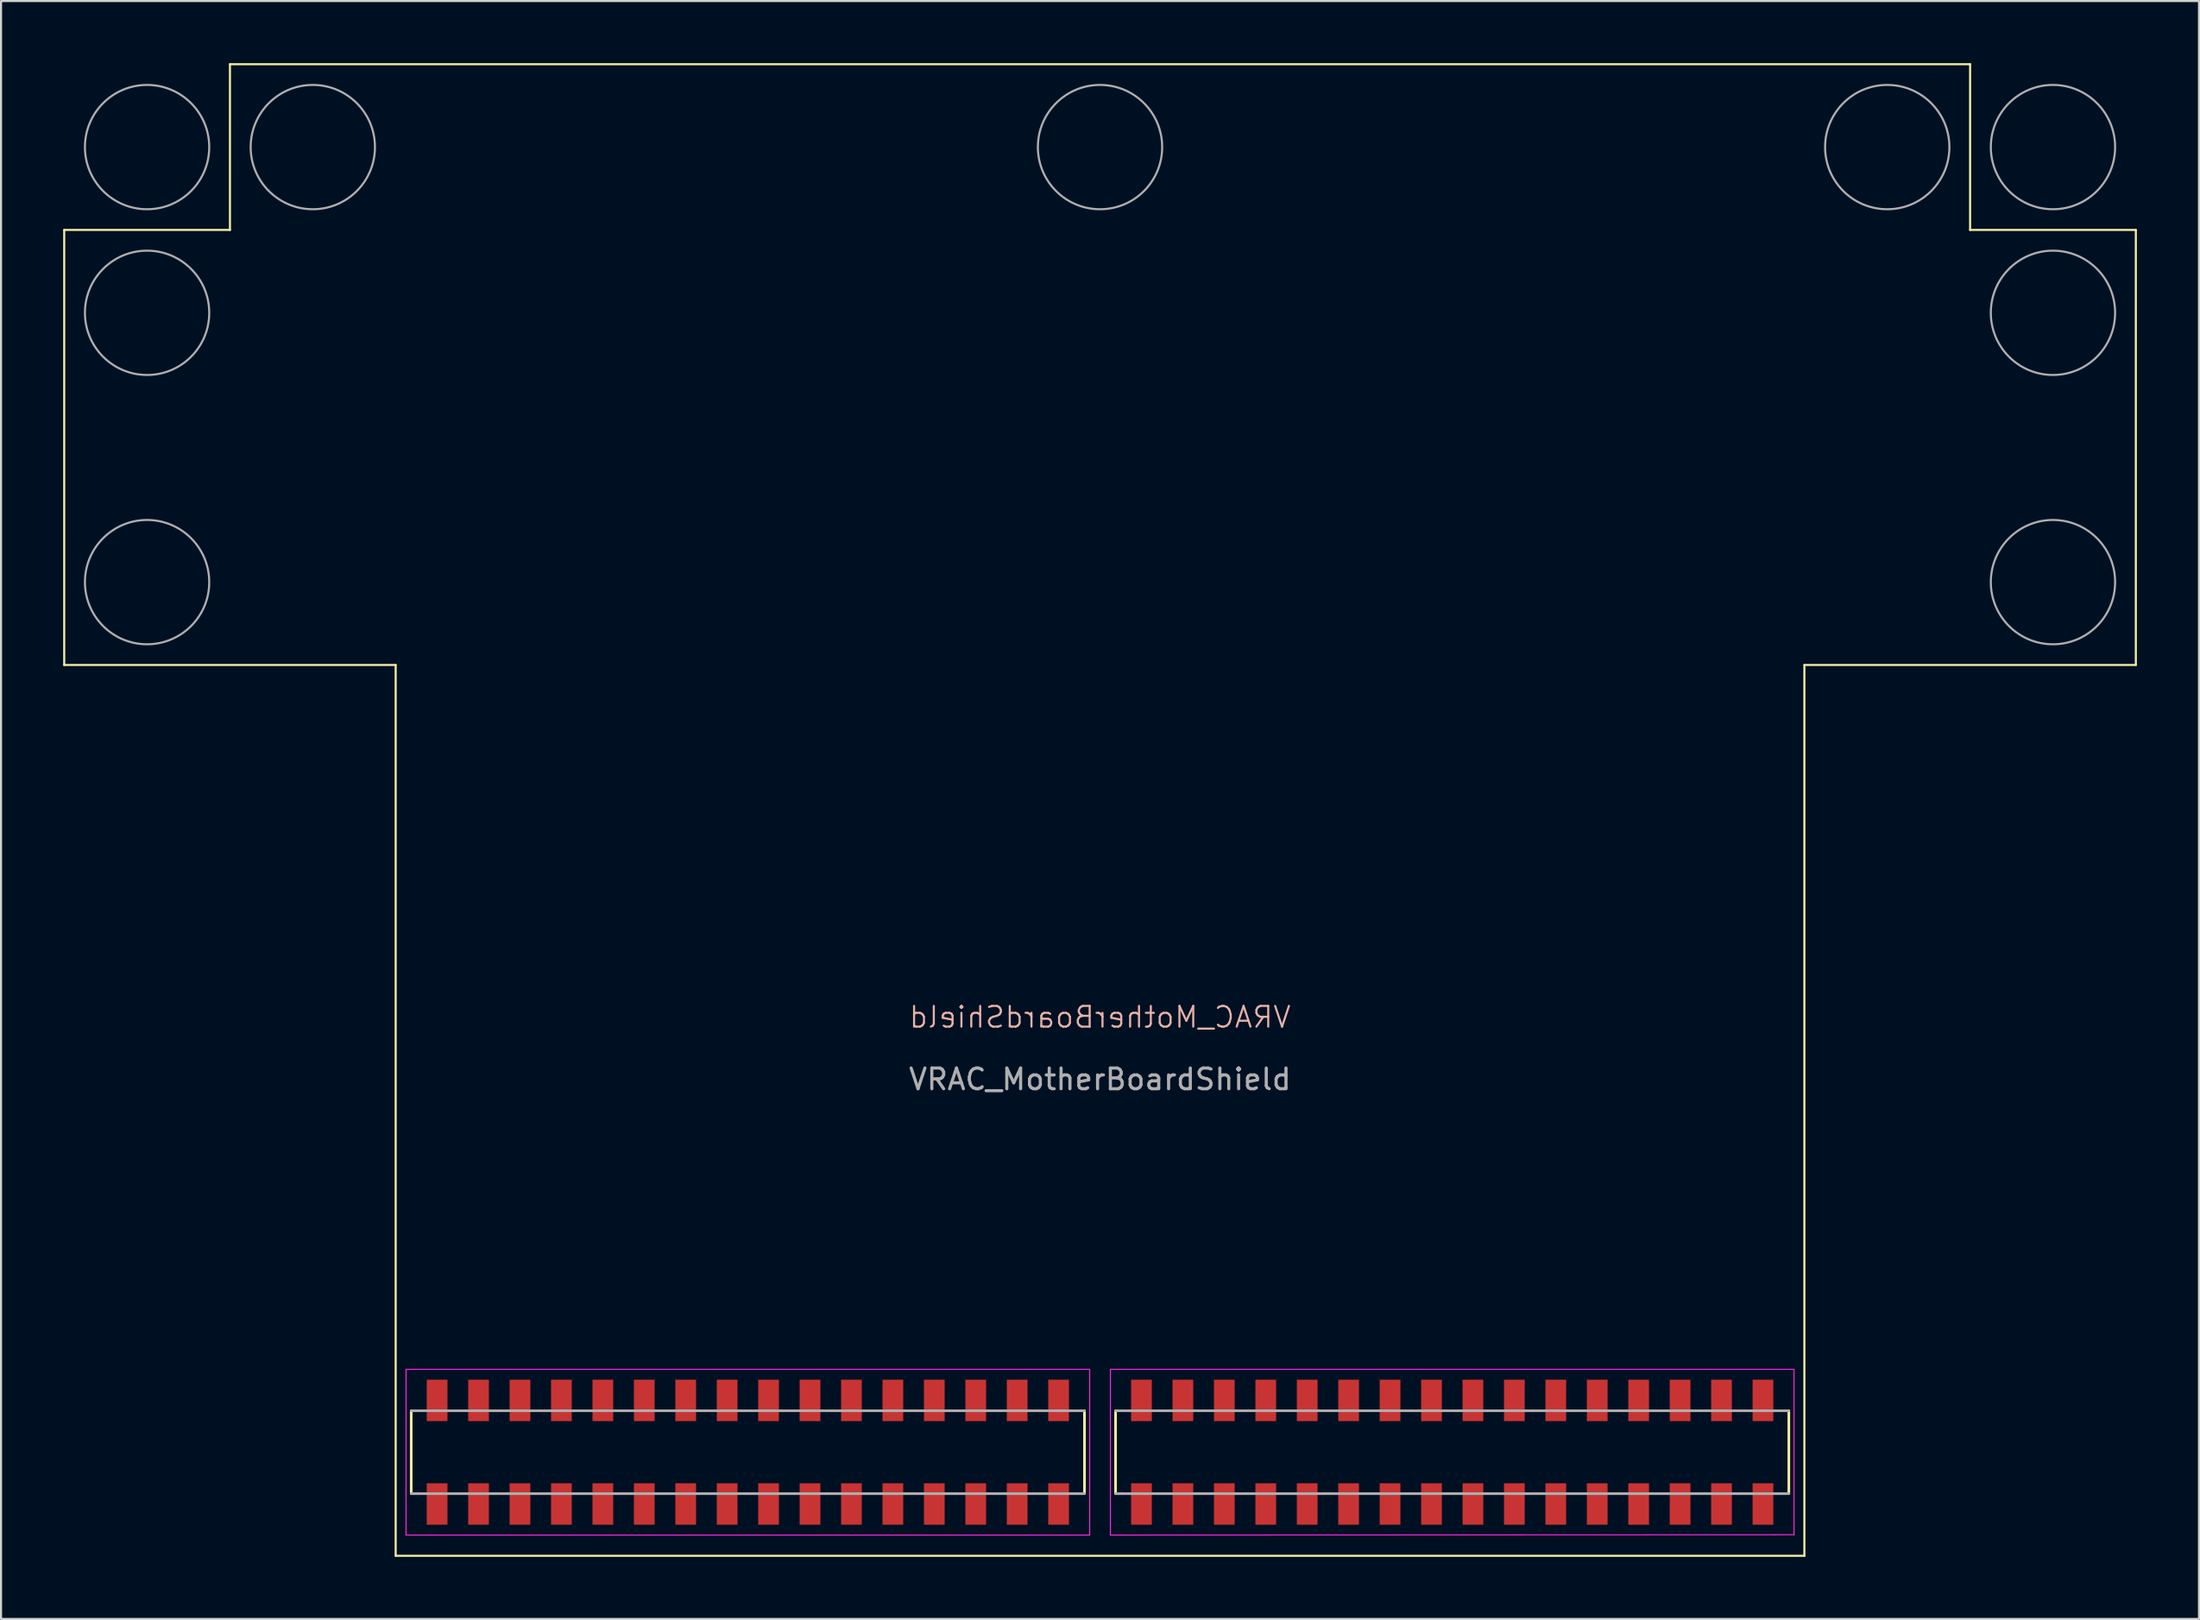
<source format=kicad_pcb>
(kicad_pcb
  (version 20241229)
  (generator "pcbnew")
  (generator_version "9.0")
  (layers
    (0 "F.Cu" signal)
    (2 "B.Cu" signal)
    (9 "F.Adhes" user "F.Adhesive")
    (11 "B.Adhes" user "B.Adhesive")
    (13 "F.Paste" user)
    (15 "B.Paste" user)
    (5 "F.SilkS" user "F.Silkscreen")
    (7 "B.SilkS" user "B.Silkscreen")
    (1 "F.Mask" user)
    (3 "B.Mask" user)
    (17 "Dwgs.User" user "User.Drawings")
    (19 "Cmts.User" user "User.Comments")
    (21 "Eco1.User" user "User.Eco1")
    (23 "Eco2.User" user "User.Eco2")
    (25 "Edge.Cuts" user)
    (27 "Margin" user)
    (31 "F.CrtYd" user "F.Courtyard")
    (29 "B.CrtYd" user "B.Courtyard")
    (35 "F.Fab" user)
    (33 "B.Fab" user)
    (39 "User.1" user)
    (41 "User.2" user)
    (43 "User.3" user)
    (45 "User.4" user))
  (footprint "VRAC_MotherBoardShield"
    (layer "F.Cu")
    (at 50.05 67.05)
    (property "Reference" "VRAC_MotherBoardShield" (at 0 -21 0) (unlocked yes) (layer "B.SilkS") (effects (font (size 1 1) (thickness 0.1)) (justify mirror)))
    (attr smd)
    (fp_line (start -50 -59) (end -42 -59) (stroke (width 0.1) (type default)) (layer "F.SilkS"))
    (fp_line (start -50 -38) (end -50 -59) (stroke (width 0.1) (type default)) (layer "F.SilkS"))
    (fp_line (start -42 -59) (end -42 -67) (stroke (width 0.1) (type default)) (layer "F.SilkS"))
    (fp_line (start -34 -38) (end -50 -38) (stroke (width 0.1) (type default)) (layer "F.SilkS"))
    (fp_line (start -34 -38) (end -34 5) (stroke (width 0.1) (type default)) (layer "F.SilkS"))
    (fp_line (start -34 5) (end 34 5) (stroke (width 0.1) (type default)) (layer "F.SilkS"))
    (fp_line (start -33.25 -2) (end -33.25 2) (stroke (width 0.127) (type solid)) (layer "F.SilkS"))
    (fp_line (start -0.75 2) (end -0.75 -2) (stroke (width 0.127) (type solid)) (layer "F.SilkS"))
    (fp_line (start 0.75 -2) (end 0.75 2) (stroke (width 0.127) (type solid)) (layer "F.SilkS"))
    (fp_line (start 33.25 2) (end 33.25 -2) (stroke (width 0.127) (type solid)) (layer "F.SilkS"))
    (fp_line (start 34 5) (end 34 -38) (stroke (width 0.1) (type default)) (layer "F.SilkS"))
    (fp_line (start 42 -67) (end -42 -67) (stroke (width 0.1) (type default)) (layer "F.SilkS"))
    (fp_line (start 42 -59) (end 42 -67) (stroke (width 0.1) (type default)) (layer "F.SilkS"))
    (fp_line (start 42 -59) (end 50 -59) (stroke (width 0.1) (type default)) (layer "F.SilkS"))
    (fp_line (start 50 -38) (end 34 -38) (stroke (width 0.1) (type default)) (layer "F.SilkS"))
    (fp_line (start 50 -38) (end 50 -59) (stroke (width 0.1) (type default)) (layer "F.SilkS"))
    (fp_line (start -33.5 -4) (end -0.5 -4) (stroke (width 0.05) (type solid)) (layer "F.CrtYd"))
    (fp_line (start -33.5 4) (end -33.5 -4) (stroke (width 0.05) (type solid)) (layer "F.CrtYd"))
    (fp_line (start -0.5 -4) (end -0.5 4) (stroke (width 0.05) (type solid)) (layer "F.CrtYd"))
    (fp_line (start -0.5 4) (end -33.5 4) (stroke (width 0.05) (type solid)) (layer "F.CrtYd"))
    (fp_line (start 0.5 -4) (end 33.5 -4) (stroke (width 0.05) (type solid)) (layer "F.CrtYd"))
    (fp_line (start 0.5 4) (end 0.5 -4) (stroke (width 0.05) (type solid)) (layer "F.CrtYd"))
    (fp_line (start 33.5 -4) (end 33.5 3.985) (stroke (width 0.05) (type solid)) (layer "F.CrtYd"))
    (fp_line (start 33.5 3.985) (end 0.5 4) (stroke (width 0.05) (type solid)) (layer "F.CrtYd"))
    (fp_line (start -33.25 2) (end -0.75 2) (stroke (width 0.127) (type solid)) (layer "F.Fab"))
    (fp_line (start -0.75 -2) (end -33.25 -2) (stroke (width 0.127) (type solid)) (layer "F.Fab"))
    (fp_line (start 0.75 2) (end 33.25 2) (stroke (width 0.127) (type solid)) (layer "F.Fab"))
    (fp_line (start 33.25 -2) (end 0.75 -2) (stroke (width 0.127) (type solid)) (layer "F.Fab"))
    (fp_circle (center -46 -63) (end -43 -63) (stroke (width 0.1) (type default)) (fill no) (layer "F.Fab"))
    (fp_circle (center -46 -55) (end -43 -55) (stroke (width 0.1) (type default)) (fill no) (layer "F.Fab"))
    (fp_circle (center -46 -42) (end -43 -42) (stroke (width 0.1) (type default)) (fill no) (layer "F.Fab"))
    (fp_circle (center -38 -63) (end -35 -63) (stroke (width 0.1) (type default)) (fill no) (layer "F.Fab"))
    (fp_circle (center 0 -63) (end 3 -63) (stroke (width 0.1) (type default)) (fill no) (layer "F.Fab"))
    (fp_circle (center 38 -63) (end 41 -63) (stroke (width 0.1) (type default)) (fill no) (layer "F.Fab"))
    (fp_circle (center 46 -63) (end 49 -63) (stroke (width 0.1) (type default)) (fill no) (layer "F.Fab"))
    (fp_circle (center 46 -55) (end 49 -55) (stroke (width 0.1) (type default)) (fill no) (layer "F.Fab"))
    (fp_circle (center 46 -42) (end 49 -42) (stroke (width 0.1) (type default)) (fill no) (layer "F.Fab"))
    (fp_text user "${REFERENCE}" (at 0 -18 0) (unlocked yes) (layer "F.Fab") (effects (font (size 1 1) (thickness 0.15))))
    (pad "1" smd rect (at -32 2.5) (size 1 2) (layers "F.Cu" "F.Mask" "F.Paste"))
    (pad "2" smd rect (at -32 -2.5) (size 1 2) (layers "F.Cu" "F.Mask" "F.Paste"))
    (pad "3" smd rect (at -30 2.5) (size 1 2) (layers "F.Cu" "F.Mask" "F.Paste"))
    (pad "4" smd rect (at -30 -2.5) (size 1 2) (layers "F.Cu" "F.Mask" "F.Paste"))
    (pad "5" smd rect (at -28 2.5) (size 1 2) (layers "F.Cu" "F.Mask" "F.Paste"))
    (pad "6" smd rect (at -28 -2.5) (size 1 2) (layers "F.Cu" "F.Mask" "F.Paste"))
    (pad "7" smd rect (at -26 2.5) (size 1 2) (layers "F.Cu" "F.Mask" "F.Paste"))
    (pad "8" smd rect (at -26 -2.5) (size 1 2) (layers "F.Cu" "F.Mask" "F.Paste"))
    (pad "9" smd rect (at -24 2.5) (size 1 2) (layers "F.Cu" "F.Mask" "F.Paste"))
    (pad "10" smd rect (at -24 -2.5) (size 1 2) (layers "F.Cu" "F.Mask" "F.Paste"))
    (pad "11" smd rect (at -22 2.5) (size 1 2) (layers "F.Cu" "F.Mask" "F.Paste"))
    (pad "12" smd rect (at -22 -2.5) (size 1 2) (layers "F.Cu" "F.Mask" "F.Paste"))
    (pad "13" smd rect (at -20 2.5) (size 1 2) (layers "F.Cu" "F.Mask" "F.Paste"))
    (pad "14" smd rect (at -20 -2.5) (size 1 2) (layers "F.Cu" "F.Mask" "F.Paste"))
    (pad "15" smd rect (at -18 2.5) (size 1 2) (layers "F.Cu" "F.Mask" "F.Paste"))
    (pad "16" smd rect (at -18 -2.5) (size 1 2) (layers "F.Cu" "F.Mask" "F.Paste"))
    (pad "17" smd rect (at -16 2.5) (size 1 2) (layers "F.Cu" "F.Mask" "F.Paste"))
    (pad "18" smd rect (at -16 -2.5) (size 1 2) (layers "F.Cu" "F.Mask" "F.Paste"))
    (pad "19" smd rect (at -14 2.5) (size 1 2) (layers "F.Cu" "F.Mask" "F.Paste"))
    (pad "20" smd rect (at -14 -2.5) (size 1 2) (layers "F.Cu" "F.Mask" "F.Paste"))
    (pad "21" smd rect (at -12 2.5) (size 1 2) (layers "F.Cu" "F.Mask" "F.Paste"))
    (pad "22" smd rect (at -12 -2.5) (size 1 2) (layers "F.Cu" "F.Mask" "F.Paste"))
    (pad "23" smd rect (at -10 2.5) (size 1 2) (layers "F.Cu" "F.Mask" "F.Paste"))
    (pad "24" smd rect (at -10 -2.5) (size 1 2) (layers "F.Cu" "F.Mask" "F.Paste"))
    (pad "25" smd rect (at -8 2.5) (size 1 2) (layers "F.Cu" "F.Mask" "F.Paste"))
    (pad "26" smd rect (at -8 -2.5) (size 1 2) (layers "F.Cu" "F.Mask" "F.Paste"))
    (pad "27" smd rect (at -6 2.5) (size 1 2) (layers "F.Cu" "F.Mask" "F.Paste"))
    (pad "28" smd rect (at -6 -2.5) (size 1 2) (layers "F.Cu" "F.Mask" "F.Paste"))
    (pad "29" smd rect (at -4 2.5) (size 1 2) (layers "F.Cu" "F.Mask" "F.Paste"))
    (pad "30" smd rect (at -4 -2.5) (size 1 2) (layers "F.Cu" "F.Mask" "F.Paste"))
    (pad "31" smd rect (at -2 2.5) (size 1 2) (layers "F.Cu" "F.Mask" "F.Paste"))
    (pad "32" smd rect (at -2 -2.5) (size 1 2) (layers "F.Cu" "F.Mask" "F.Paste"))
    (pad "33" smd rect (at 2 2.5) (size 1 2) (layers "F.Cu" "F.Mask" "F.Paste"))
    (pad "34" smd rect (at 2 -2.5) (size 1 2) (layers "F.Cu" "F.Mask" "F.Paste"))
    (pad "35" smd rect (at 4 2.5) (size 1 2) (layers "F.Cu" "F.Mask" "F.Paste"))
    (pad "36" smd rect (at 4 -2.5) (size 1 2) (layers "F.Cu" "F.Mask" "F.Paste"))
    (pad "37" smd rect (at 6 2.5) (size 1 2) (layers "F.Cu" "F.Mask" "F.Paste"))
    (pad "38" smd rect (at 6 -2.5) (size 1 2) (layers "F.Cu" "F.Mask" "F.Paste"))
    (pad "39" smd rect (at 8 2.5) (size 1 2) (layers "F.Cu" "F.Mask" "F.Paste"))
    (pad "40" smd rect (at 8 -2.5) (size 1 2) (layers "F.Cu" "F.Mask" "F.Paste"))
    (pad "41" smd rect (at 10 2.5) (size 1 2) (layers "F.Cu" "F.Mask" "F.Paste"))
    (pad "42" smd rect (at 10 -2.5) (size 1 2) (layers "F.Cu" "F.Mask" "F.Paste"))
    (pad "43" smd rect (at 12 2.5) (size 1 2) (layers "F.Cu" "F.Mask" "F.Paste"))
    (pad "44" smd rect (at 12 -2.5) (size 1 2) (layers "F.Cu" "F.Mask" "F.Paste"))
    (pad "45" smd rect (at 14 2.5) (size 1 2) (layers "F.Cu" "F.Mask" "F.Paste"))
    (pad "46" smd rect (at 14 -2.5) (size 1 2) (layers "F.Cu" "F.Mask" "F.Paste"))
    (pad "47" smd rect (at 16 2.5) (size 1 2) (layers "F.Cu" "F.Mask" "F.Paste"))
    (pad "48" smd rect (at 16 -2.5) (size 1 2) (layers "F.Cu" "F.Mask" "F.Paste"))
    (pad "49" smd rect (at 18 2.5) (size 1 2) (layers "F.Cu" "F.Mask" "F.Paste"))
    (pad "50" smd rect (at 18 -2.5) (size 1 2) (layers "F.Cu" "F.Mask" "F.Paste"))
    (pad "51" smd rect (at 20 2.5) (size 1 2) (layers "F.Cu" "F.Mask" "F.Paste"))
    (pad "52" smd rect (at 20 -2.5) (size 1 2) (layers "F.Cu" "F.Mask" "F.Paste"))
    (pad "53" smd rect (at 22 2.5) (size 1 2) (layers "F.Cu" "F.Mask" "F.Paste"))
    (pad "54" smd rect (at 22 -2.5) (size 1 2) (layers "F.Cu" "F.Mask" "F.Paste"))
    (pad "55" smd rect (at 24 2.5) (size 1 2) (layers "F.Cu" "F.Mask" "F.Paste"))
    (pad "56" smd rect (at 24 -2.5) (size 1 2) (layers "F.Cu" "F.Mask" "F.Paste"))
    (pad "57" smd rect (at 26 2.5) (size 1 2) (layers "F.Cu" "F.Mask" "F.Paste"))
    (pad "58" smd rect (at 26 -2.5) (size 1 2) (layers "F.Cu" "F.Mask" "F.Paste"))
    (pad "59" smd rect (at 28 2.5) (size 1 2) (layers "F.Cu" "F.Mask" "F.Paste"))
    (pad "60" smd rect (at 28 -2.5) (size 1 2) (layers "F.Cu" "F.Mask" "F.Paste"))
    (pad "61" smd rect (at 30 2.5) (size 1 2) (layers "F.Cu" "F.Mask" "F.Paste"))
    (pad "62" smd rect (at 30 -2.5) (size 1 2) (layers "F.Cu" "F.Mask" "F.Paste"))
    (pad "63" smd rect (at 32 2.5) (size 1 2) (layers "F.Cu" "F.Mask" "F.Paste"))
    (pad "64" smd rect (at 32 -2.5) (size 1 2) (layers "F.Cu" "F.Mask" "F.Paste")))
  (gr_rect
    (start -3 -3)
    (end 103.1 75.1)
    (stroke (width 0.1) (type default))
    (fill no)
    (layer "Edge.Cuts")))
</source>
